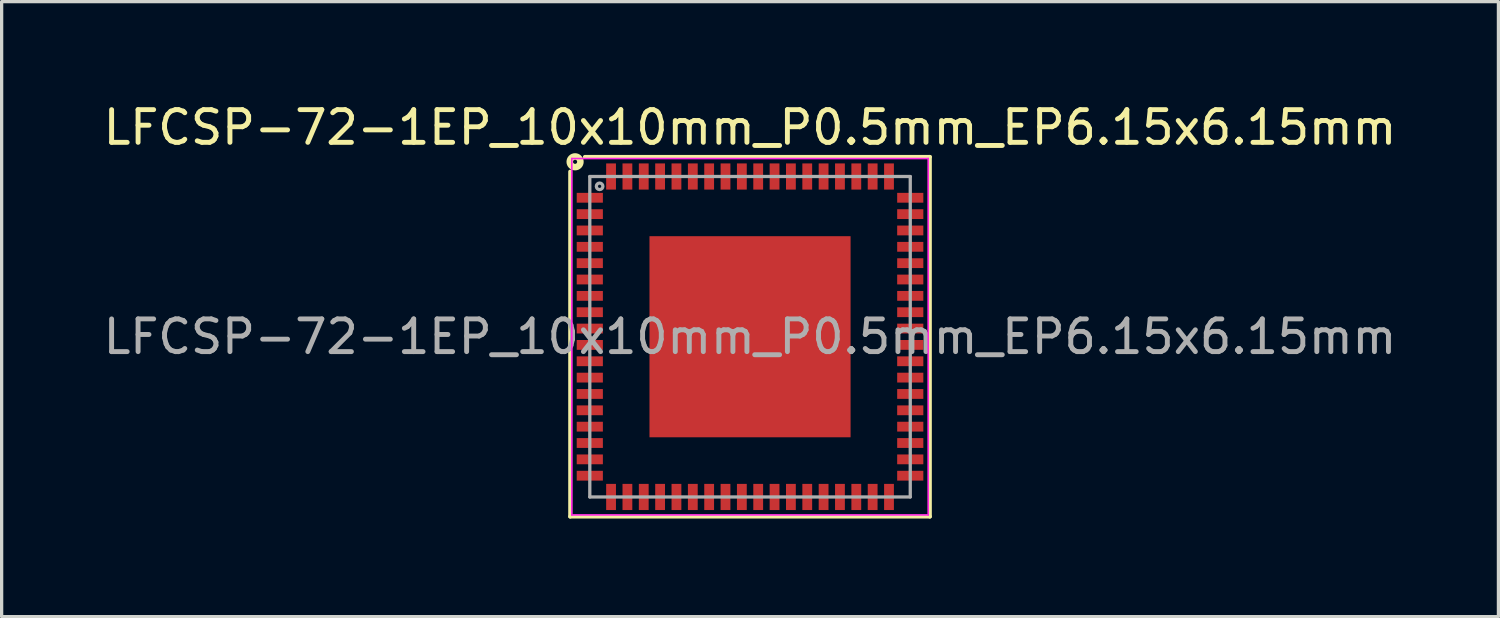
<source format=kicad_pcb>
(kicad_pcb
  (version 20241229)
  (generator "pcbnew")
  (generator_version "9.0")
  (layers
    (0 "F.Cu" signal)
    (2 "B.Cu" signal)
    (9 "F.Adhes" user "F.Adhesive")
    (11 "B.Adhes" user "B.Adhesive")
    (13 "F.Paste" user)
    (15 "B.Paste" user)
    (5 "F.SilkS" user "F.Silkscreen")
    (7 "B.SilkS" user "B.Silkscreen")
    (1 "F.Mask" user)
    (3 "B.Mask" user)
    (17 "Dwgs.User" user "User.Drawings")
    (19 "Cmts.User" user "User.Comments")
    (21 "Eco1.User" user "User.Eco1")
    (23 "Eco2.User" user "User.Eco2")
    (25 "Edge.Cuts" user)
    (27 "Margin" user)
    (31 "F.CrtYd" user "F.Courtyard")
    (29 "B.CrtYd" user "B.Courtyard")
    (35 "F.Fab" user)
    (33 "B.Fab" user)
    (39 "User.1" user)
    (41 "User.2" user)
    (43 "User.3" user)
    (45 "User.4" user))
  (footprint "LFCSP-72-1EP_10x10mm_P0.5mm_EP6.15x6.15mm"
    (layer "F.Cu")
    (at 19.887 7.248)
    (property "Reference" "LFCSP-72-1EP_10x10mm_P0.5mm_EP6.15x6.15mm" (at 0 -6.4 0) (layer "F.SilkS") (effects (font (size 1 1) (thickness 0.15))))
    (attr smd)
    (fp_line (start -5.5 5.5) (end -5.5 -5.05) (stroke (width 0.12) (type solid)) (layer "F.SilkS"))
    (fp_line (start 5.5 -5.5) (end -5.05 -5.5) (stroke (width 0.12) (type solid)) (layer "F.SilkS"))
    (fp_line (start 5.5 -5.5) (end 5.5 5.5) (stroke (width 0.12) (type solid)) (layer "F.SilkS"))
    (fp_line (start 5.5 5.5) (end -5.5 5.5) (stroke (width 0.12) (type solid)) (layer "F.SilkS"))
    (fp_circle (center -5.35 -5.35) (end -5.287 -5.35) (stroke (width 0.2) (type solid)) (fill no) (layer "F.SilkS"))
    (fp_line (start -5.45 -5.45) (end 5.45 -5.45) (stroke (width 0.05) (type solid)) (layer "F.CrtYd"))
    (fp_line (start -5.45 5.45) (end -5.45 -5.45) (stroke (width 0.05) (type solid)) (layer "F.CrtYd"))
    (fp_line (start 5.45 -5.45) (end 5.45 5.45) (stroke (width 0.05) (type solid)) (layer "F.CrtYd"))
    (fp_line (start 5.45 5.45) (end -5.45 5.45) (stroke (width 0.05) (type solid)) (layer "F.CrtYd"))
    (fp_line (start -4.9 -4.9) (end 4.9 -4.9) (stroke (width 0.1) (type solid)) (layer "F.Fab"))
    (fp_line (start -4.9 4.9) (end -4.9 -4.9) (stroke (width 0.1) (type solid)) (layer "F.Fab"))
    (fp_line (start 4.9 -4.9) (end 4.9 4.9) (stroke (width 0.1) (type solid)) (layer "F.Fab"))
    (fp_line (start 4.9 4.9) (end -4.9 4.9) (stroke (width 0.1) (type solid)) (layer "F.Fab"))
    (fp_circle (center -4.6 -4.6) (end -4.5 -4.6) (stroke (width 0.1) (type solid)) (fill no) (layer "F.Fab"))
    (fp_text user "${REFERENCE}" (at 0 0 0) (layer "F.Fab") (effects (font (size 1 1) (thickness 0.15))))
    (pad "" smd rect (at -1.4 -1.4) (size 2.5 2.5) (layers "F.Paste"))
    (pad "" smd rect (at -1.4 1.4) (size 2.5 2.5) (layers "F.Paste"))
    (pad "" smd rect (at 1.4 -1.4) (size 2.5 2.5) (layers "F.Paste"))
    (pad "" smd rect (at 1.4 1.4) (size 2.5 2.5) (layers "F.Paste"))
    (pad "1" smd rect (at -4.9 -4.25 90) (size 0.3 0.8) (layers "F.Cu" "F.Mask" "F.Paste"))
    (pad "2" smd rect (at -4.9 -3.75 90) (size 0.3 0.8) (layers "F.Cu" "F.Mask" "F.Paste"))
    (pad "3" smd rect (at -4.9 -3.25 90) (size 0.3 0.8) (layers "F.Cu" "F.Mask" "F.Paste"))
    (pad "4" smd rect (at -4.9 -2.75 90) (size 0.3 0.8) (layers "F.Cu" "F.Mask" "F.Paste"))
    (pad "5" smd rect (at -4.9 -2.25 90) (size 0.3 0.8) (layers "F.Cu" "F.Mask" "F.Paste"))
    (pad "6" smd rect (at -4.9 -1.75 90) (size 0.3 0.8) (layers "F.Cu" "F.Mask" "F.Paste"))
    (pad "7" smd rect (at -4.9 -1.25 90) (size 0.3 0.8) (layers "F.Cu" "F.Mask" "F.Paste"))
    (pad "8" smd rect (at -4.9 -0.75 90) (size 0.3 0.8) (layers "F.Cu" "F.Mask" "F.Paste"))
    (pad "9" smd rect (at -4.9 -0.25 90) (size 0.3 0.8) (layers "F.Cu" "F.Mask" "F.Paste"))
    (pad "10" smd rect (at -4.9 0.25 90) (size 0.3 0.8) (layers "F.Cu" "F.Mask" "F.Paste"))
    (pad "11" smd rect (at -4.9 0.75 90) (size 0.3 0.8) (layers "F.Cu" "F.Mask" "F.Paste"))
    (pad "12" smd rect (at -4.9 1.25 90) (size 0.3 0.8) (layers "F.Cu" "F.Mask" "F.Paste"))
    (pad "13" smd rect (at -4.9 1.75 90) (size 0.3 0.8) (layers "F.Cu" "F.Mask" "F.Paste"))
    (pad "14" smd rect (at -4.9 2.25 90) (size 0.3 0.8) (layers "F.Cu" "F.Mask" "F.Paste"))
    (pad "15" smd rect (at -4.9 2.75 90) (size 0.3 0.8) (layers "F.Cu" "F.Mask" "F.Paste"))
    (pad "16" smd rect (at -4.9 3.25 90) (size 0.3 0.8) (layers "F.Cu" "F.Mask" "F.Paste"))
    (pad "17" smd rect (at -4.9 3.75 90) (size 0.3 0.8) (layers "F.Cu" "F.Mask" "F.Paste"))
    (pad "18" smd rect (at -4.9 4.25 90) (size 0.3 0.8) (layers "F.Cu" "F.Mask" "F.Paste"))
    (pad "19" smd rect (at -4.25 4.9) (size 0.3 0.8) (layers "F.Cu" "F.Mask" "F.Paste"))
    (pad "20" smd rect (at -3.75 4.9) (size 0.3 0.8) (layers "F.Cu" "F.Mask" "F.Paste"))
    (pad "21" smd rect (at -3.25 4.9) (size 0.3 0.8) (layers "F.Cu" "F.Mask" "F.Paste"))
    (pad "22" smd rect (at -2.75 4.9) (size 0.3 0.8) (layers "F.Cu" "F.Mask" "F.Paste"))
    (pad "23" smd rect (at -2.25 4.9) (size 0.3 0.8) (layers "F.Cu" "F.Mask" "F.Paste"))
    (pad "24" smd rect (at -1.75 4.9) (size 0.3 0.8) (layers "F.Cu" "F.Mask" "F.Paste"))
    (pad "25" smd rect (at -1.25 4.9) (size 0.3 0.8) (layers "F.Cu" "F.Mask" "F.Paste"))
    (pad "26" smd rect (at -0.75 4.9) (size 0.3 0.8) (layers "F.Cu" "F.Mask" "F.Paste"))
    (pad "27" smd rect (at -0.25 4.9) (size 0.3 0.8) (layers "F.Cu" "F.Mask" "F.Paste"))
    (pad "28" smd rect (at 0.25 4.9) (size 0.3 0.8) (layers "F.Cu" "F.Mask" "F.Paste"))
    (pad "29" smd rect (at 0.75 4.9) (size 0.3 0.8) (layers "F.Cu" "F.Mask" "F.Paste"))
    (pad "30" smd rect (at 1.25 4.9) (size 0.3 0.8) (layers "F.Cu" "F.Mask" "F.Paste"))
    (pad "31" smd rect (at 1.75 4.9) (size 0.3 0.8) (layers "F.Cu" "F.Mask" "F.Paste"))
    (pad "32" smd rect (at 2.25 4.9) (size 0.3 0.8) (layers "F.Cu" "F.Mask" "F.Paste"))
    (pad "33" smd rect (at 2.75 4.9) (size 0.3 0.8) (layers "F.Cu" "F.Mask" "F.Paste"))
    (pad "34" smd rect (at 3.25 4.9) (size 0.3 0.8) (layers "F.Cu" "F.Mask" "F.Paste"))
    (pad "35" smd rect (at 3.75 4.9) (size 0.3 0.8) (layers "F.Cu" "F.Mask" "F.Paste"))
    (pad "36" smd rect (at 4.25 4.9) (size 0.3 0.8) (layers "F.Cu" "F.Mask" "F.Paste"))
    (pad "37" smd rect (at 4.9 4.25 90) (size 0.3 0.8) (layers "F.Cu" "F.Mask" "F.Paste"))
    (pad "38" smd rect (at 4.9 3.75 90) (size 0.3 0.8) (layers "F.Cu" "F.Mask" "F.Paste"))
    (pad "39" smd rect (at 4.9 3.25 90) (size 0.3 0.8) (layers "F.Cu" "F.Mask" "F.Paste"))
    (pad "40" smd rect (at 4.9 2.75 90) (size 0.3 0.8) (layers "F.Cu" "F.Mask" "F.Paste"))
    (pad "41" smd rect (at 4.9 2.25 90) (size 0.3 0.8) (layers "F.Cu" "F.Mask" "F.Paste"))
    (pad "42" smd rect (at 4.9 1.75 90) (size 0.3 0.8) (layers "F.Cu" "F.Mask" "F.Paste"))
    (pad "43" smd rect (at 4.9 1.25 90) (size 0.3 0.8) (layers "F.Cu" "F.Mask" "F.Paste"))
    (pad "44" smd rect (at 4.9 0.75 90) (size 0.3 0.8) (layers "F.Cu" "F.Mask" "F.Paste"))
    (pad "45" smd rect (at 4.9 0.25 90) (size 0.3 0.8) (layers "F.Cu" "F.Mask" "F.Paste"))
    (pad "46" smd rect (at 4.9 -0.25 90) (size 0.3 0.8) (layers "F.Cu" "F.Mask" "F.Paste"))
    (pad "47" smd rect (at 4.9 -0.75 90) (size 0.3 0.8) (layers "F.Cu" "F.Mask" "F.Paste"))
    (pad "48" smd rect (at 4.9 -1.25 90) (size 0.3 0.8) (layers "F.Cu" "F.Mask" "F.Paste"))
    (pad "49" smd rect (at 4.9 -1.75 90) (size 0.3 0.8) (layers "F.Cu" "F.Mask" "F.Paste"))
    (pad "50" smd rect (at 4.9 -2.25 90) (size 0.3 0.8) (layers "F.Cu" "F.Mask" "F.Paste"))
    (pad "51" smd rect (at 4.9 -2.75 90) (size 0.3 0.8) (layers "F.Cu" "F.Mask" "F.Paste"))
    (pad "52" smd rect (at 4.9 -3.25 90) (size 0.3 0.8) (layers "F.Cu" "F.Mask" "F.Paste"))
    (pad "53" smd rect (at 4.9 -3.75 90) (size 0.3 0.8) (layers "F.Cu" "F.Mask" "F.Paste"))
    (pad "54" smd rect (at 4.9 -4.25 90) (size 0.3 0.8) (layers "F.Cu" "F.Mask" "F.Paste"))
    (pad "55" smd rect (at 4.25 -4.9) (size 0.3 0.8) (layers "F.Cu" "F.Mask" "F.Paste"))
    (pad "56" smd rect (at 3.75 -4.9) (size 0.3 0.8) (layers "F.Cu" "F.Mask" "F.Paste"))
    (pad "57" smd rect (at 3.25 -4.9) (size 0.3 0.8) (layers "F.Cu" "F.Mask" "F.Paste"))
    (pad "58" smd rect (at 2.75 -4.9) (size 0.3 0.8) (layers "F.Cu" "F.Mask" "F.Paste"))
    (pad "59" smd rect (at 2.25 -4.9) (size 0.3 0.8) (layers "F.Cu" "F.Mask" "F.Paste"))
    (pad "60" smd rect (at 1.75 -4.9) (size 0.3 0.8) (layers "F.Cu" "F.Mask" "F.Paste"))
    (pad "61" smd rect (at 1.25 -4.9) (size 0.3 0.8) (layers "F.Cu" "F.Mask" "F.Paste"))
    (pad "62" smd rect (at 0.75 -4.9) (size 0.3 0.8) (layers "F.Cu" "F.Mask" "F.Paste"))
    (pad "63" smd rect (at 0.25 -4.9) (size 0.3 0.8) (layers "F.Cu" "F.Mask" "F.Paste"))
    (pad "64" smd rect (at -0.25 -4.9) (size 0.3 0.8) (layers "F.Cu" "F.Mask" "F.Paste"))
    (pad "65" smd rect (at -0.75 -4.9) (size 0.3 0.8) (layers "F.Cu" "F.Mask" "F.Paste"))
    (pad "66" smd rect (at -1.25 -4.9) (size 0.3 0.8) (layers "F.Cu" "F.Mask" "F.Paste"))
    (pad "67" smd rect (at -1.75 -4.9) (size 0.3 0.8) (layers "F.Cu" "F.Mask" "F.Paste"))
    (pad "68" smd rect (at -2.25 -4.9) (size 0.3 0.8) (layers "F.Cu" "F.Mask" "F.Paste"))
    (pad "69" smd rect (at -2.75 -4.9) (size 0.3 0.8) (layers "F.Cu" "F.Mask" "F.Paste"))
    (pad "70" smd rect (at -3.25 -4.9) (size 0.3 0.8) (layers "F.Cu" "F.Mask" "F.Paste"))
    (pad "71" smd rect (at -3.75 -4.9) (size 0.3 0.8) (layers "F.Cu" "F.Mask" "F.Paste"))
    (pad "72" smd rect (at -4.25 -4.9) (size 0.3 0.8) (layers "F.Cu" "F.Mask" "F.Paste"))
    (pad "73" smd rect (at 0 0) (size 6.15 6.15) (layers "F.Cu" "F.Mask")))
  (gr_rect
    (start -3 -3)
    (end 42.774 15.808)
    (stroke (width 0.1) (type default))
    (fill no)
    (layer "Edge.Cuts")))
</source>
